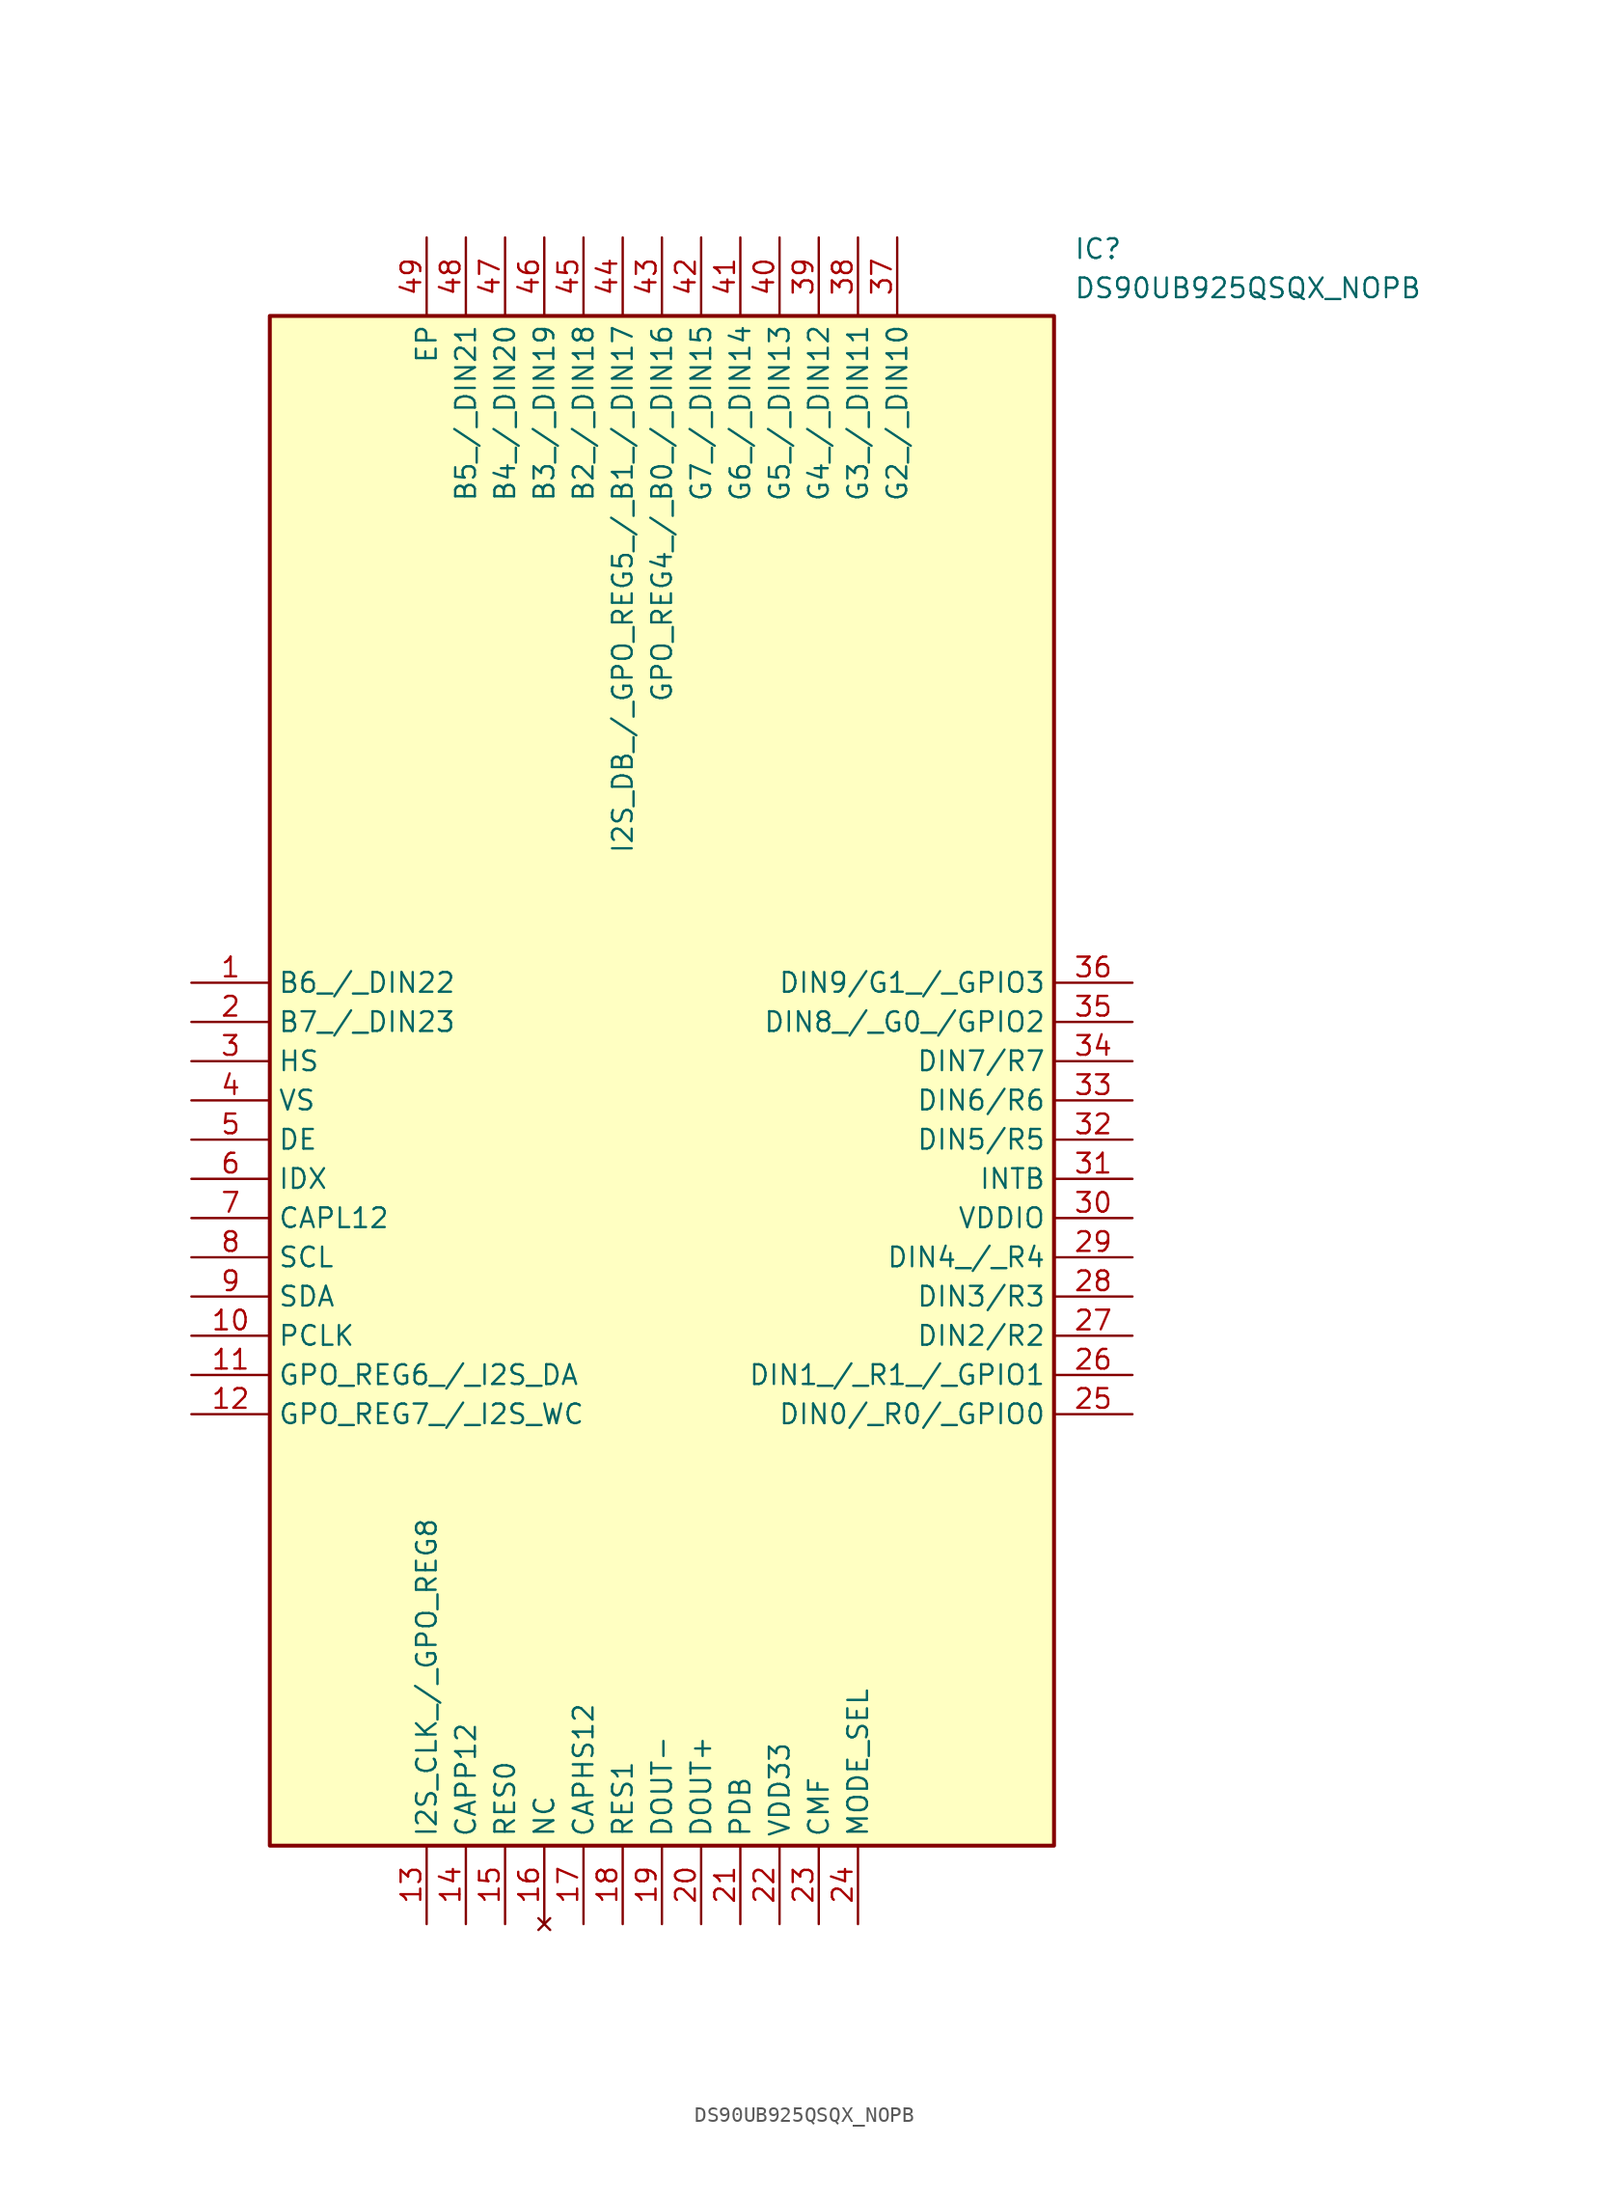
<source format=kicad_sym>
(kicad_symbol_lib
  (version 20211014)
  (generator SamacSys_ECAD_Model)
  (symbol "DS90UB925QSQX_NOPB"
    (property "Reference" "IC"
      (at 57.15 48.26 0)
      (effects (font (size 1.27 1.27)) (justify left top)))
    (property "Value" "DS90UB925QSQX_NOPB"
      (at 57.15 45.72 0)
      (effects (font (size 1.27 1.27)) (justify left top)))
    (rectangle
      (start 5.08 43.18)
      (end 55.88 -55.88)
      (stroke (width 0.254) (type default))
      (fill (type background)))
    (pin passive line
      (at 0 0 0)
      (length 5.08)
      (name "B6_/_DIN22" (effects (font (size 1.27 1.27))))
      (number "1" (effects (font (size 1.27 1.27)))))
    (pin passive line
      (at 0 -2.54 0)
      (length 5.08)
      (name "B7_/_DIN23" (effects (font (size 1.27 1.27))))
      (number "2" (effects (font (size 1.27 1.27)))))
    (pin passive line
      (at 0 -5.08 0)
      (length 5.08)
      (name "HS" (effects (font (size 1.27 1.27))))
      (number "3" (effects (font (size 1.27 1.27)))))
    (pin passive line
      (at 0 -7.62 0)
      (length 5.08)
      (name "VS" (effects (font (size 1.27 1.27))))
      (number "4" (effects (font (size 1.27 1.27)))))
    (pin passive line
      (at 0 -10.16 0)
      (length 5.08)
      (name "DE" (effects (font (size 1.27 1.27))))
      (number "5" (effects (font (size 1.27 1.27)))))
    (pin passive line
      (at 0 -12.7 0)
      (length 5.08)
      (name "IDX" (effects (font (size 1.27 1.27))))
      (number "6" (effects (font (size 1.27 1.27)))))
    (pin passive line
      (at 0 -15.24 0)
      (length 5.08)
      (name "CAPL12" (effects (font (size 1.27 1.27))))
      (number "7" (effects (font (size 1.27 1.27)))))
    (pin passive line
      (at 0 -17.78 0)
      (length 5.08)
      (name "SCL" (effects (font (size 1.27 1.27))))
      (number "8" (effects (font (size 1.27 1.27)))))
    (pin passive line
      (at 0 -20.32 0)
      (length 5.08)
      (name "SDA" (effects (font (size 1.27 1.27))))
      (number "9" (effects (font (size 1.27 1.27)))))
    (pin passive line
      (at 0 -22.86 0)
      (length 5.08)
      (name "PCLK" (effects (font (size 1.27 1.27))))
      (number "10" (effects (font (size 1.27 1.27)))))
    (pin passive line
      (at 0 -25.4 0)
      (length 5.08)
      (name "GPO_REG6_/_I2S_DA" (effects (font (size 1.27 1.27))))
      (number "11" (effects (font (size 1.27 1.27)))))
    (pin passive line
      (at 0 -27.94 0)
      (length 5.08)
      (name "GPO_REG7_/_I2S_WC" (effects (font (size 1.27 1.27))))
      (number "12" (effects (font (size 1.27 1.27)))))
    (pin passive line
      (at 15.24 -60.96 90)
      (length 5.08)
      (name "I2S_CLK_/_GPO_REG8" (effects (font (size 1.27 1.27))))
      (number "13" (effects (font (size 1.27 1.27)))))
    (pin passive line
      (at 17.78 -60.96 90)
      (length 5.08)
      (name "CAPP12" (effects (font (size 1.27 1.27))))
      (number "14" (effects (font (size 1.27 1.27)))))
    (pin passive line
      (at 20.32 -60.96 90)
      (length 5.08)
      (name "RES0" (effects (font (size 1.27 1.27))))
      (number "15" (effects (font (size 1.27 1.27)))))
    (pin no_connect line
      (at 22.86 -60.96 90)
      (length 5.08)
      (name "NC" (effects (font (size 1.27 1.27))))
      (number "16" (effects (font (size 1.27 1.27)))))
    (pin passive line
      (at 25.4 -60.96 90)
      (length 5.08)
      (name "CAPHS12" (effects (font (size 1.27 1.27))))
      (number "17" (effects (font (size 1.27 1.27)))))
    (pin passive line
      (at 27.94 -60.96 90)
      (length 5.08)
      (name "RES1" (effects (font (size 1.27 1.27))))
      (number "18" (effects (font (size 1.27 1.27)))))
    (pin passive line
      (at 30.48 -60.96 90)
      (length 5.08)
      (name "DOUT-" (effects (font (size 1.27 1.27))))
      (number "19" (effects (font (size 1.27 1.27)))))
    (pin passive line
      (at 33.02 -60.96 90)
      (length 5.08)
      (name "DOUT+" (effects (font (size 1.27 1.27))))
      (number "20" (effects (font (size 1.27 1.27)))))
    (pin passive line
      (at 35.56 -60.96 90)
      (length 5.08)
      (name "PDB" (effects (font (size 1.27 1.27))))
      (number "21" (effects (font (size 1.27 1.27)))))
    (pin passive line
      (at 38.1 -60.96 90)
      (length 5.08)
      (name "VDD33" (effects (font (size 1.27 1.27))))
      (number "22" (effects (font (size 1.27 1.27)))))
    (pin passive line
      (at 40.64 -60.96 90)
      (length 5.08)
      (name "CMF" (effects (font (size 1.27 1.27))))
      (number "23" (effects (font (size 1.27 1.27)))))
    (pin passive line
      (at 43.18 -60.96 90)
      (length 5.08)
      (name "MODE_SEL" (effects (font (size 1.27 1.27))))
      (number "24" (effects (font (size 1.27 1.27)))))
    (pin passive line
      (at 60.96 0 180)
      (length 5.08)
      (name "DIN9/G1_/_GPIO3" (effects (font (size 1.27 1.27))))
      (number "36" (effects (font (size 1.27 1.27)))))
    (pin passive line
      (at 60.96 -2.54 180)
      (length 5.08)
      (name "DIN8_/_G0_/GPIO2" (effects (font (size 1.27 1.27))))
      (number "35" (effects (font (size 1.27 1.27)))))
    (pin passive line
      (at 60.96 -5.08 180)
      (length 5.08)
      (name "DIN7/R7" (effects (font (size 1.27 1.27))))
      (number "34" (effects (font (size 1.27 1.27)))))
    (pin passive line
      (at 60.96 -7.62 180)
      (length 5.08)
      (name "DIN6/R6" (effects (font (size 1.27 1.27))))
      (number "33" (effects (font (size 1.27 1.27)))))
    (pin passive line
      (at 60.96 -10.16 180)
      (length 5.08)
      (name "DIN5/R5" (effects (font (size 1.27 1.27))))
      (number "32" (effects (font (size 1.27 1.27)))))
    (pin passive line
      (at 60.96 -12.7 180)
      (length 5.08)
      (name "INTB" (effects (font (size 1.27 1.27))))
      (number "31" (effects (font (size 1.27 1.27)))))
    (pin passive line
      (at 60.96 -15.24 180)
      (length 5.08)
      (name "VDDIO" (effects (font (size 1.27 1.27))))
      (number "30" (effects (font (size 1.27 1.27)))))
    (pin passive line
      (at 60.96 -17.78 180)
      (length 5.08)
      (name "DIN4_/_R4" (effects (font (size 1.27 1.27))))
      (number "29" (effects (font (size 1.27 1.27)))))
    (pin passive line
      (at 60.96 -20.32 180)
      (length 5.08)
      (name "DIN3/R3" (effects (font (size 1.27 1.27))))
      (number "28" (effects (font (size 1.27 1.27)))))
    (pin passive line
      (at 60.96 -22.86 180)
      (length 5.08)
      (name "DIN2/R2" (effects (font (size 1.27 1.27))))
      (number "27" (effects (font (size 1.27 1.27)))))
    (pin passive line
      (at 60.96 -25.4 180)
      (length 5.08)
      (name "DIN1_/_R1_/_GPIO1" (effects (font (size 1.27 1.27))))
      (number "26" (effects (font (size 1.27 1.27)))))
    (pin passive line
      (at 60.96 -27.94 180)
      (length 5.08)
      (name "DIN0/_R0/_GPIO0" (effects (font (size 1.27 1.27))))
      (number "25" (effects (font (size 1.27 1.27)))))
    (pin passive line
      (at 15.24 48.26 270)
      (length 5.08)
      (name "EP" (effects (font (size 1.27 1.27))))
      (number "49" (effects (font (size 1.27 1.27)))))
    (pin passive line
      (at 17.78 48.26 270)
      (length 5.08)
      (name "B5_/_DIN21" (effects (font (size 1.27 1.27))))
      (number "48" (effects (font (size 1.27 1.27)))))
    (pin passive line
      (at 20.32 48.26 270)
      (length 5.08)
      (name "B4_/_DIN20" (effects (font (size 1.27 1.27))))
      (number "47" (effects (font (size 1.27 1.27)))))
    (pin passive line
      (at 22.86 48.26 270)
      (length 5.08)
      (name "B3_/_DIN19" (effects (font (size 1.27 1.27))))
      (number "46" (effects (font (size 1.27 1.27)))))
    (pin passive line
      (at 25.4 48.26 270)
      (length 5.08)
      (name "B2_/_DIN18" (effects (font (size 1.27 1.27))))
      (number "45" (effects (font (size 1.27 1.27)))))
    (pin passive line
      (at 27.94 48.26 270)
      (length 5.08)
      (name "I2S_DB_/_GPO_REG5_/_B1_/_DIN17" (effects (font (size 1.27 1.27))))
      (number "44" (effects (font (size 1.27 1.27)))))
    (pin passive line
      (at 30.48 48.26 270)
      (length 5.08)
      (name "GPO_REG4_/_B0_/_DIN16" (effects (font (size 1.27 1.27))))
      (number "43" (effects (font (size 1.27 1.27)))))
    (pin passive line
      (at 33.02 48.26 270)
      (length 5.08)
      (name "G7_/_DIN15" (effects (font (size 1.27 1.27))))
      (number "42" (effects (font (size 1.27 1.27)))))
    (pin passive line
      (at 35.56 48.26 270)
      (length 5.08)
      (name "G6_/_DIN14" (effects (font (size 1.27 1.27))))
      (number "41" (effects (font (size 1.27 1.27)))))
    (pin passive line
      (at 38.1 48.26 270)
      (length 5.08)
      (name "G5_/_DIN13" (effects (font (size 1.27 1.27))))
      (number "40" (effects (font (size 1.27 1.27)))))
    (pin passive line
      (at 40.64 48.26 270)
      (length 5.08)
      (name "G4_/_DIN12" (effects (font (size 1.27 1.27))))
      (number "39" (effects (font (size 1.27 1.27)))))
    (pin passive line
      (at 43.18 48.26 270)
      (length 5.08)
      (name "G3_/_DIN11" (effects (font (size 1.27 1.27))))
      (number "38" (effects (font (size 1.27 1.27)))))
    (pin passive line
      (at 45.72 48.26 270)
      (length 5.08)
      (name "G2_/_DIN10" (effects (font (size 1.27 1.27))))
      (number "37" (effects (font (size 1.27 1.27)))))))
</source>
